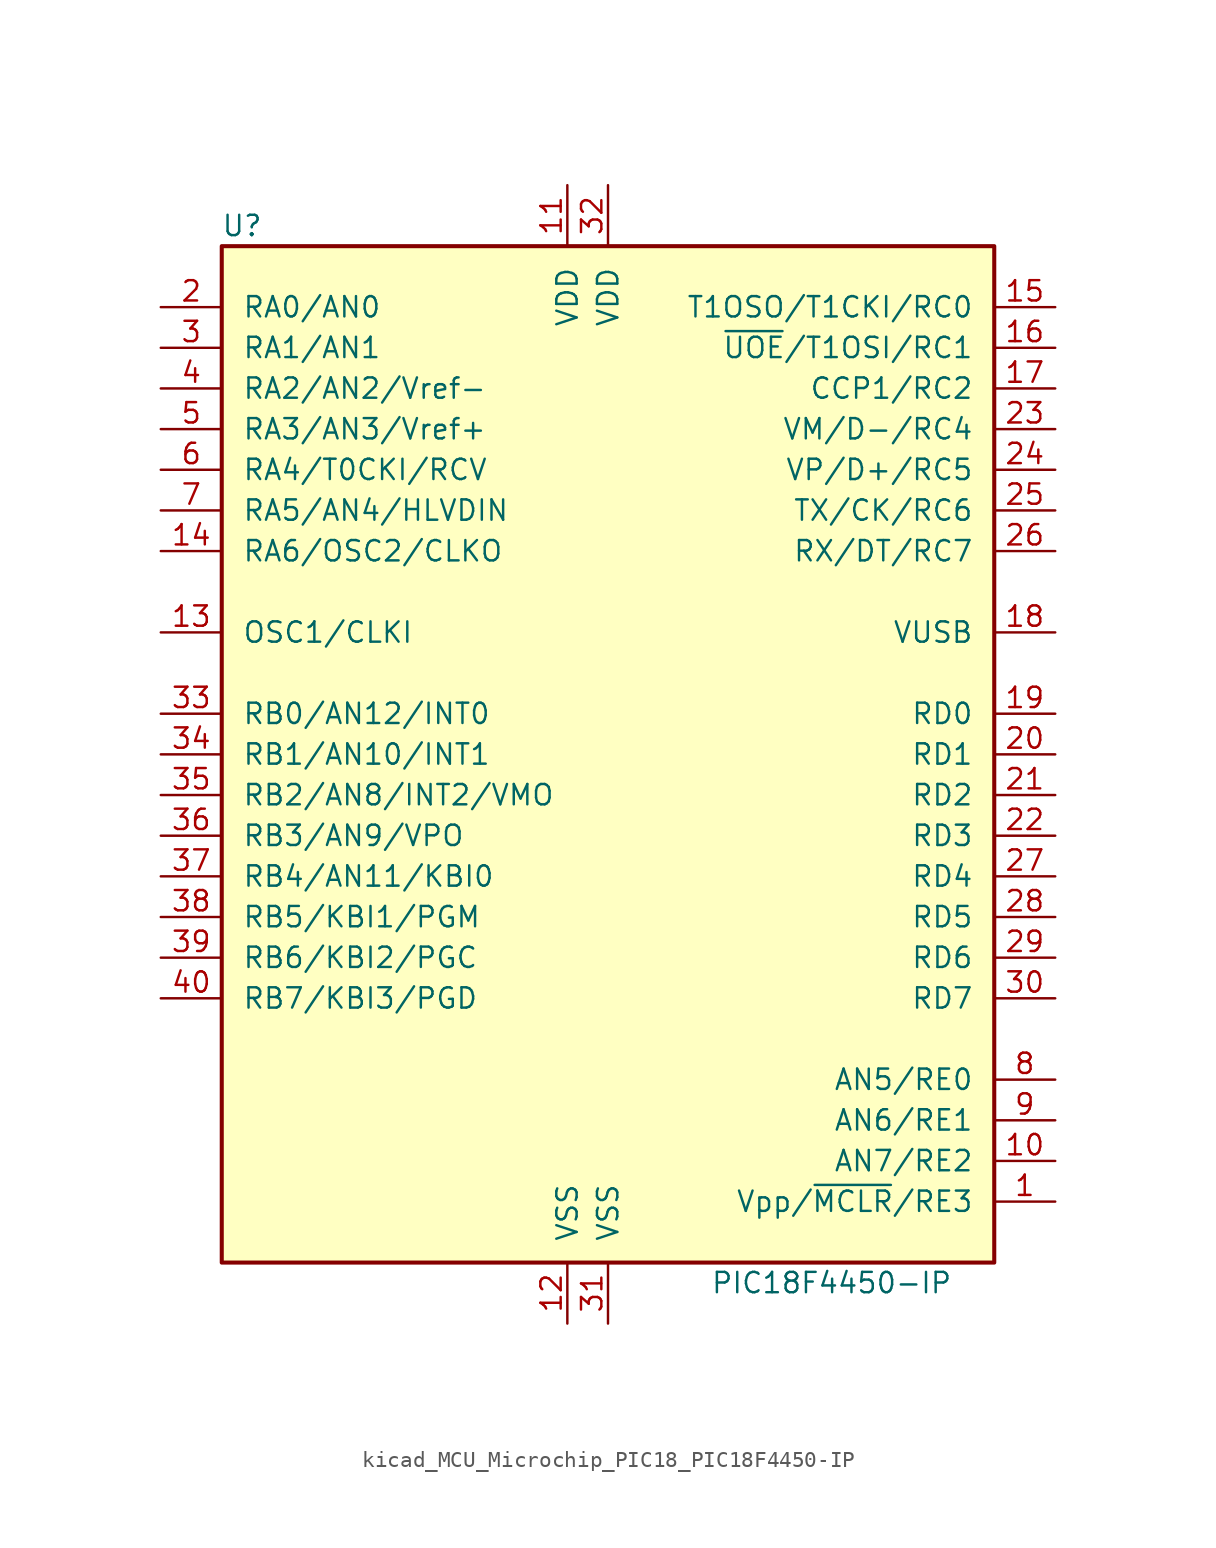
<source format=kicad_sym>
(kicad_symbol_lib
  (version 20220914)
  (generator kicad_symbol_editor)
  (symbol "kicad_MCU_Microchip_PIC18_PIC18F4450-IP"
    (pin_names
      (offset 1.27))
    (property "Reference" "U"
      (at -22.86 33.02 0)
      (effects (font (size 1.27 1.27))))
    (property "Value" "PIC18F4450-IP"
      (at 13.97 -33.02 0)
      (effects (font (size 1.27 1.27))))
    (symbol "kicad_MCU_Microchip_PIC18_PIC18F4450-IP_0_1"
      (rectangle (start -24.13 31.75) (end 24.13 -31.75) (stroke (width 0.254) (type default)) (fill (type background))))
    (symbol "kicad_MCU_Microchip_PIC18_PIC18F4450-IP_1_1"
      (pin input line (at 27.94 -27.94 180) (length 3.81) (name "Vpp/~{MCLR}/RE3" (effects (font (size 1.27 1.27)))) (number "1" (effects (font (size 1.27 1.27)))))
      (pin bidirectional line (at 27.94 -25.4 180) (length 3.81) (name "AN7/RE2" (effects (font (size 1.27 1.27)))) (number "10" (effects (font (size 1.27 1.27)))))
      (pin power_in line (at -2.54 35.56 270) (length 3.81) (name "VDD" (effects (font (size 1.27 1.27)))) (number "11" (effects (font (size 1.27 1.27)))))
      (pin power_in line (at -2.54 -35.56 90) (length 3.81) (name "VSS" (effects (font (size 1.27 1.27)))) (number "12" (effects (font (size 1.27 1.27)))))
      (pin input line (at -27.94 7.62 0) (length 3.81) (name "OSC1/CLKI" (effects (font (size 1.27 1.27)))) (number "13" (effects (font (size 1.27 1.27)))))
      (pin output line (at -27.94 12.7 0) (length 3.81) (name "RA6/OSC2/CLKO" (effects (font (size 1.27 1.27)))) (number "14" (effects (font (size 1.27 1.27)))))
      (pin bidirectional line (at 27.94 27.94 180) (length 3.81) (name "T1OSO/T1CKI/RC0" (effects (font (size 1.27 1.27)))) (number "15" (effects (font (size 1.27 1.27)))))
      (pin bidirectional line (at 27.94 25.4 180) (length 3.81) (name "~{UOE}/T1OSI/RC1" (effects (font (size 1.27 1.27)))) (number "16" (effects (font (size 1.27 1.27)))))
      (pin bidirectional line (at 27.94 22.86 180) (length 3.81) (name "CCP1/RC2" (effects (font (size 1.27 1.27)))) (number "17" (effects (font (size 1.27 1.27)))))
      (pin bidirectional line (at 27.94 7.62 180) (length 3.81) (name "VUSB" (effects (font (size 1.27 1.27)))) (number "18" (effects (font (size 1.27 1.27)))))
      (pin bidirectional line (at 27.94 2.54 180) (length 3.81) (name "RD0" (effects (font (size 1.27 1.27)))) (number "19" (effects (font (size 1.27 1.27)))))
      (pin bidirectional line (at -27.94 27.94 0) (length 3.81) (name "RA0/AN0" (effects (font (size 1.27 1.27)))) (number "2" (effects (font (size 1.27 1.27)))))
      (pin bidirectional line (at 27.94 0 180) (length 3.81) (name "RD1" (effects (font (size 1.27 1.27)))) (number "20" (effects (font (size 1.27 1.27)))))
      (pin bidirectional line (at 27.94 -2.54 180) (length 3.81) (name "RD2" (effects (font (size 1.27 1.27)))) (number "21" (effects (font (size 1.27 1.27)))))
      (pin bidirectional line (at 27.94 -5.08 180) (length 3.81) (name "RD3" (effects (font (size 1.27 1.27)))) (number "22" (effects (font (size 1.27 1.27)))))
      (pin bidirectional line (at 27.94 20.32 180) (length 3.81) (name "VM/D-/RC4" (effects (font (size 1.27 1.27)))) (number "23" (effects (font (size 1.27 1.27)))))
      (pin bidirectional line (at 27.94 17.78 180) (length 3.81) (name "VP/D+/RC5" (effects (font (size 1.27 1.27)))) (number "24" (effects (font (size 1.27 1.27)))))
      (pin bidirectional line (at 27.94 15.24 180) (length 3.81) (name "TX/CK/RC6" (effects (font (size 1.27 1.27)))) (number "25" (effects (font (size 1.27 1.27)))))
      (pin bidirectional line (at 27.94 12.7 180) (length 3.81) (name "RX/DT/RC7" (effects (font (size 1.27 1.27)))) (number "26" (effects (font (size 1.27 1.27)))))
      (pin bidirectional line (at 27.94 -7.62 180) (length 3.81) (name "RD4" (effects (font (size 1.27 1.27)))) (number "27" (effects (font (size 1.27 1.27)))))
      (pin bidirectional line (at 27.94 -10.16 180) (length 3.81) (name "RD5" (effects (font (size 1.27 1.27)))) (number "28" (effects (font (size 1.27 1.27)))))
      (pin bidirectional line (at 27.94 -12.7 180) (length 3.81) (name "RD6" (effects (font (size 1.27 1.27)))) (number "29" (effects (font (size 1.27 1.27)))))
      (pin bidirectional line (at -27.94 25.4 0) (length 3.81) (name "RA1/AN1" (effects (font (size 1.27 1.27)))) (number "3" (effects (font (size 1.27 1.27)))))
      (pin bidirectional line (at 27.94 -15.24 180) (length 3.81) (name "RD7" (effects (font (size 1.27 1.27)))) (number "30" (effects (font (size 1.27 1.27)))))
      (pin power_in line (at 0 -35.56 90) (length 3.81) (name "VSS" (effects (font (size 1.27 1.27)))) (number "31" (effects (font (size 1.27 1.27)))))
      (pin power_in line (at 0 35.56 270) (length 3.81) (name "VDD" (effects (font (size 1.27 1.27)))) (number "32" (effects (font (size 1.27 1.27)))))
      (pin bidirectional line (at -27.94 2.54 0) (length 3.81) (name "RB0/AN12/INT0" (effects (font (size 1.27 1.27)))) (number "33" (effects (font (size 1.27 1.27)))))
      (pin bidirectional line (at -27.94 0 0) (length 3.81) (name "RB1/AN10/INT1" (effects (font (size 1.27 1.27)))) (number "34" (effects (font (size 1.27 1.27)))))
      (pin bidirectional line (at -27.94 -2.54 0) (length 3.81) (name "RB2/AN8/INT2/VMO" (effects (font (size 1.27 1.27)))) (number "35" (effects (font (size 1.27 1.27)))))
      (pin bidirectional line (at -27.94 -5.08 0) (length 3.81) (name "RB3/AN9/VPO" (effects (font (size 1.27 1.27)))) (number "36" (effects (font (size 1.27 1.27)))))
      (pin bidirectional line (at -27.94 -7.62 0) (length 3.81) (name "RB4/AN11/KBI0" (effects (font (size 1.27 1.27)))) (number "37" (effects (font (size 1.27 1.27)))))
      (pin bidirectional line (at -27.94 -10.16 0) (length 3.81) (name "RB5/KBI1/PGM" (effects (font (size 1.27 1.27)))) (number "38" (effects (font (size 1.27 1.27)))))
      (pin bidirectional line (at -27.94 -12.7 0) (length 3.81) (name "RB6/KBI2/PGC" (effects (font (size 1.27 1.27)))) (number "39" (effects (font (size 1.27 1.27)))))
      (pin bidirectional line (at -27.94 22.86 0) (length 3.81) (name "RA2/AN2/Vref-" (effects (font (size 1.27 1.27)))) (number "4" (effects (font (size 1.27 1.27)))))
      (pin bidirectional line (at -27.94 -15.24 0) (length 3.81) (name "RB7/KBI3/PGD" (effects (font (size 1.27 1.27)))) (number "40" (effects (font (size 1.27 1.27)))))
      (pin bidirectional line (at -27.94 20.32 0) (length 3.81) (name "RA3/AN3/Vref+" (effects (font (size 1.27 1.27)))) (number "5" (effects (font (size 1.27 1.27)))))
      (pin bidirectional line (at -27.94 17.78 0) (length 3.81) (name "RA4/T0CKI/RCV" (effects (font (size 1.27 1.27)))) (number "6" (effects (font (size 1.27 1.27)))))
      (pin bidirectional line (at -27.94 15.24 0) (length 3.81) (name "RA5/AN4/HLVDIN" (effects (font (size 1.27 1.27)))) (number "7" (effects (font (size 1.27 1.27)))))
      (pin bidirectional line (at 27.94 -20.32 180) (length 3.81) (name "AN5/RE0" (effects (font (size 1.27 1.27)))) (number "8" (effects (font (size 1.27 1.27)))))
      (pin bidirectional line (at 27.94 -22.86 180) (length 3.81) (name "AN6/RE1" (effects (font (size 1.27 1.27)))) (number "9" (effects (font (size 1.27 1.27))))))))
</source>
